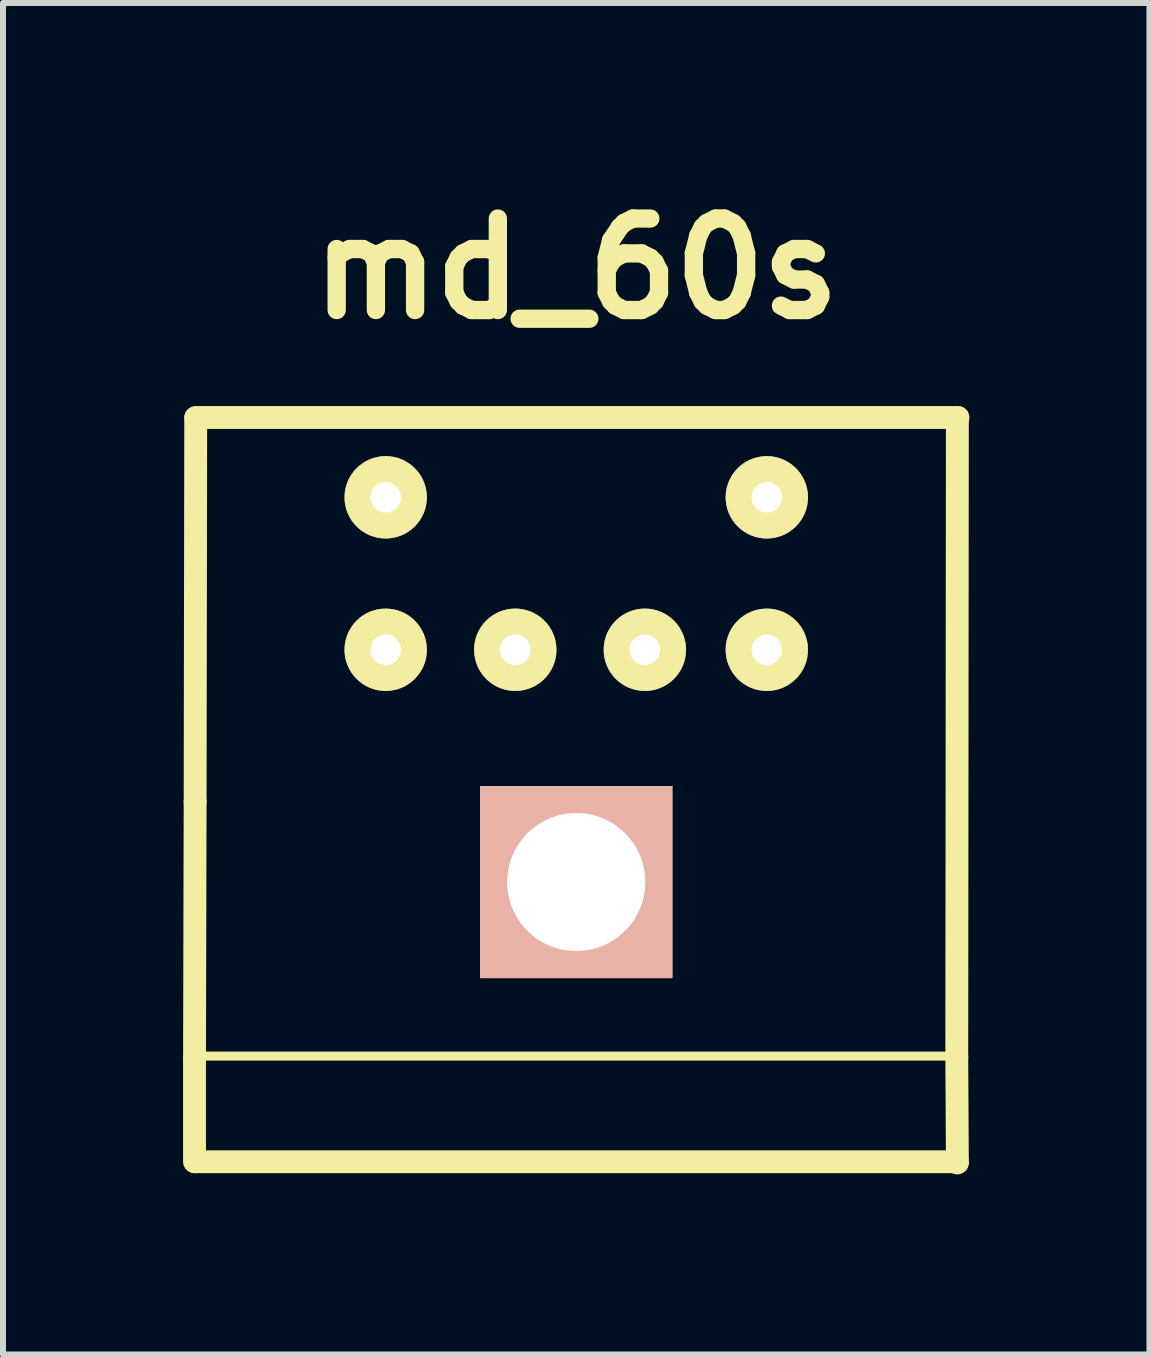
<source format=kicad_pcb>
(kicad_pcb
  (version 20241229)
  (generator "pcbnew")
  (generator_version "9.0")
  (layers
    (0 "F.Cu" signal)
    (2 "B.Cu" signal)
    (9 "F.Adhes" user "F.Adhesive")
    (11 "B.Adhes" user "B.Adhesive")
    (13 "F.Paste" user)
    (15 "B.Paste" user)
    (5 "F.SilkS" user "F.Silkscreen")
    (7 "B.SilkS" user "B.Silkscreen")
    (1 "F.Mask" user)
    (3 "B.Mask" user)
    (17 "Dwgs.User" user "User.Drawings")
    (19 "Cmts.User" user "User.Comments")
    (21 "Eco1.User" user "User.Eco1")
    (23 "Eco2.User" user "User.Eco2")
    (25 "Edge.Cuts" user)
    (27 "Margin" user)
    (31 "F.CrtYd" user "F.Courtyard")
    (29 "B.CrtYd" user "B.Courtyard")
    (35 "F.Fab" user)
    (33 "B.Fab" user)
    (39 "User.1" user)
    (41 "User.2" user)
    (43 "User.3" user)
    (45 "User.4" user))
  (footprint "md_60s"
    (layer "F.Cu")
    (at 6.551 9.046)
    (property "Reference" "md_60s" (at 0 -7.62 0) (layer "F.SilkS") (effects (font (size 1.524 1.524) (thickness 0.305))))
    (attr through_hole)
    (fp_line (start -6.36 5.55) (end -6.35 1.27) (stroke (width 0.381) (type solid)) (layer "F.SilkS"))
    (fp_line (start -6.36 7.26) (end -6.36 5.55) (stroke (width 0.381) (type solid)) (layer "F.SilkS"))
    (fp_line (start -6.35 1.27) (end -6.34 -5.13) (stroke (width 0.381) (type solid)) (layer "F.SilkS"))
    (fp_line (start -6.34 -5.14) (end 6.36 -5.14) (stroke (width 0.381) (type solid)) (layer "F.SilkS"))
    (fp_line (start 6.3 5.5) (end -6.4 5.5) (stroke (width 0.15) (type solid)) (layer "F.SilkS"))
    (fp_line (start 6.34 5.51) (end 6.35 7.28) (stroke (width 0.381) (type solid)) (layer "F.SilkS"))
    (fp_line (start 6.35 -5.14) (end 6.34 5.52) (stroke (width 0.381) (type solid)) (layer "F.SilkS"))
    (fp_line (start 6.35 7.26) (end -6.35 7.26) (stroke (width 0.381) (type solid)) (layer "F.SilkS"))
    (pad "1" thru_hole circle (at 3.175 -3.81) (size 1.372 1.372) (drill 0.508) (layers "*.Cu" "*.Mask" "F.SilkS"))
    (pad "2" thru_hole circle (at 3.175 -1.27) (size 1.372 1.372) (drill 0.508) (layers "*.Cu" "*.Mask" "F.SilkS"))
    (pad "3" thru_hole circle (at 1.143 -1.27) (size 1.372 1.372) (drill 0.508) (layers "*.Cu" "*.Mask" "F.SilkS"))
    (pad "4" thru_hole circle (at -1.016 -1.27) (size 1.372 1.372) (drill 0.508) (layers "*.Cu" "*.Mask" "F.SilkS"))
    (pad "5" thru_hole circle (at -3.175 -1.27) (size 1.372 1.372) (drill 0.508) (layers "*.Cu" "*.Mask" "F.SilkS"))
    (pad "6" thru_hole circle (at -3.175 -3.81) (size 1.372 1.372) (drill 0.508) (layers "*.Cu" "*.Mask" "F.SilkS"))
    (pad "GND" thru_hole rect (at 0 2.6) (size 3.2 3.2) (drill 2.3) (layers "*.Cu" "*.SilkS" "*.Mask")))
  (gr_rect
    (start -3 -3)
    (end 16.101 19.517)
    (stroke (width 0.1) (type default))
    (fill no)
    (layer "Edge.Cuts")))
</source>
